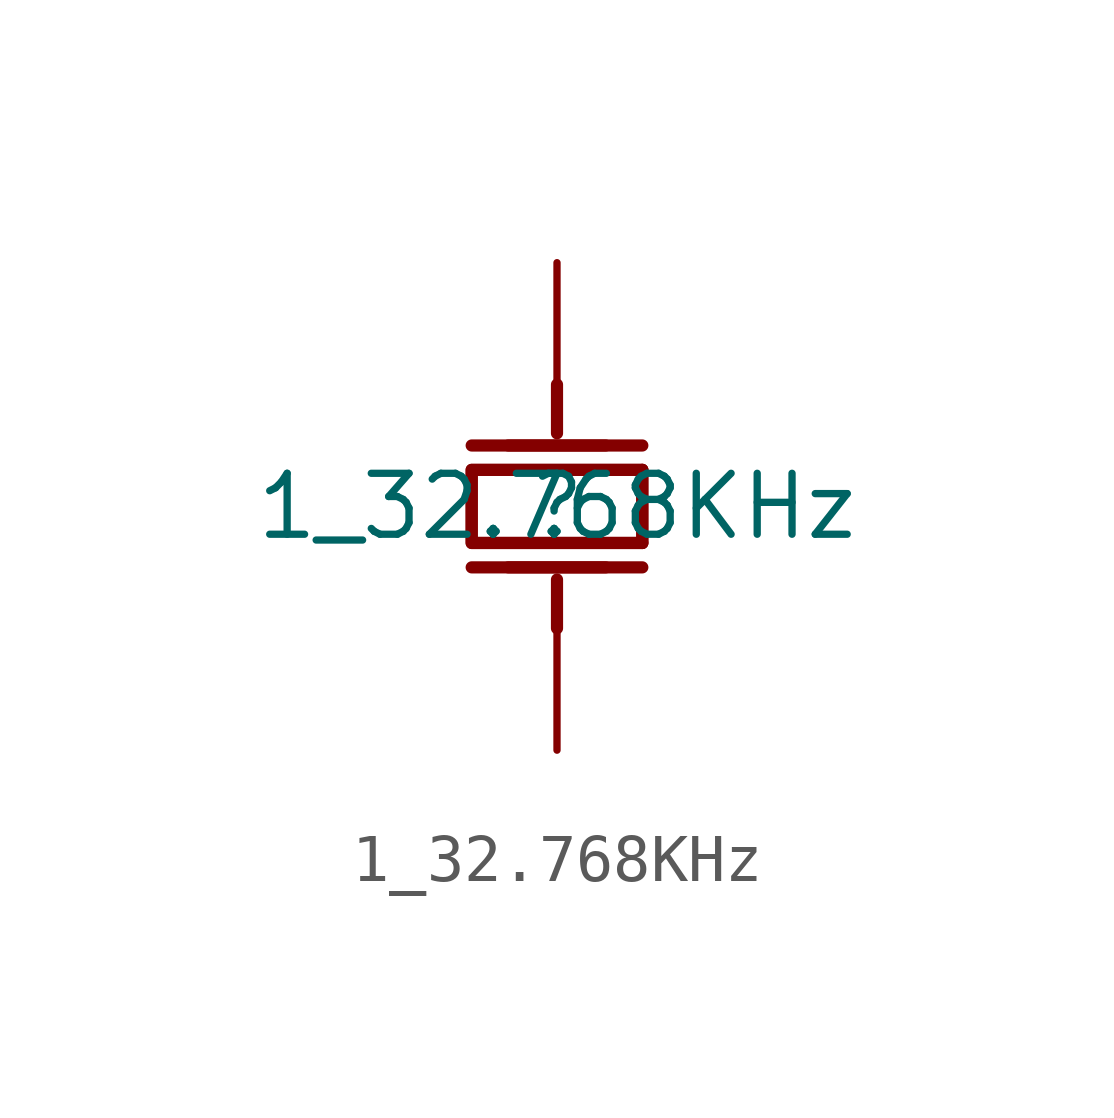
<source format=kicad_sym>
(kicad_symbol_lib
  (version 20211014)
  (generator kicad_symbol_editor)
  (symbol "1_32.768KHz"
    (property "Reference" ""
      (at 0 0 0)
      (effects (font (size 1.27 1.27))))
    (property "Value" "1_32.768KHz"
      (at 0 0 0)
      (effects (font (size 1.27 1.27))))
    (symbol "1_32.768KHz_1_0"
      (polyline (pts (xy 0 -2.54) (xy 0 -1.524)) (stroke (width 0.254) (type default) (color 0 0 0 0)) (fill (type none)))
      (polyline (pts (xy 0 2.54) (xy 0 1.524)) (stroke (width 0.254) (type default) (color 0 0 0 0)) (fill (type none)))
      (polyline (pts (xy 1.016 -1.27) (xy -1.016 -1.27)) (stroke (width 0.254) (type default) (color 0 0 0 0)) (fill (type none)))
      (polyline (pts (xy 1.016 1.27) (xy -1.016 1.27)) (stroke (width 0.254) (type default) (color 0 0 0 0)) (fill (type none)))
      (polyline (pts (xy 1.778 -1.27) (xy -1.778 -1.27)) (stroke (width 0.254) (type default) (color 0 0 0 0)) (fill (type none)))
      (polyline (pts (xy 1.778 0.762) (xy 1.778 -0.762)) (stroke (width 0.254) (type default) (color 0 0 0 0)) (fill (type none)))
      (polyline (pts (xy 1.778 1.27) (xy -1.778 1.27)) (stroke (width 0.254) (type default) (color 0 0 0 0)) (fill (type none)))
      (polyline (pts (xy 1.778 -0.762) (xy -1.778 -0.762) (xy -1.778 -0.762) (xy -1.778 0.762) (xy -1.778 0.762) (xy 1.778 0.762)) (stroke (width 0.254) (type default) (color 0 0 0 0)) (fill (type none)))
      (polyline (pts (xy -1.778 0.762) (xy 1.778 0.762) (xy 1.778 0.762) (xy 1.778 -0.762) (xy 1.778 -0.762) (xy -1.778 -0.762) (xy -1.778 -0.762) (xy -1.778 0.762)) (stroke (width 0.254) (type default) (color 0 0 0 0)) (fill (type none)))
      (pin passive line (at 0 -5.08 90) (length 2.54) (name "OSC1" (effects (font (size 0 0)))) (number "1" (effects (font (size 0 0)))))
      (pin passive line (at 0 5.08 270) (length 2.54) (name "OSC2" (effects (font (size 0 0)))) (number "2" (effects (font (size 0 0))))))))
</source>
